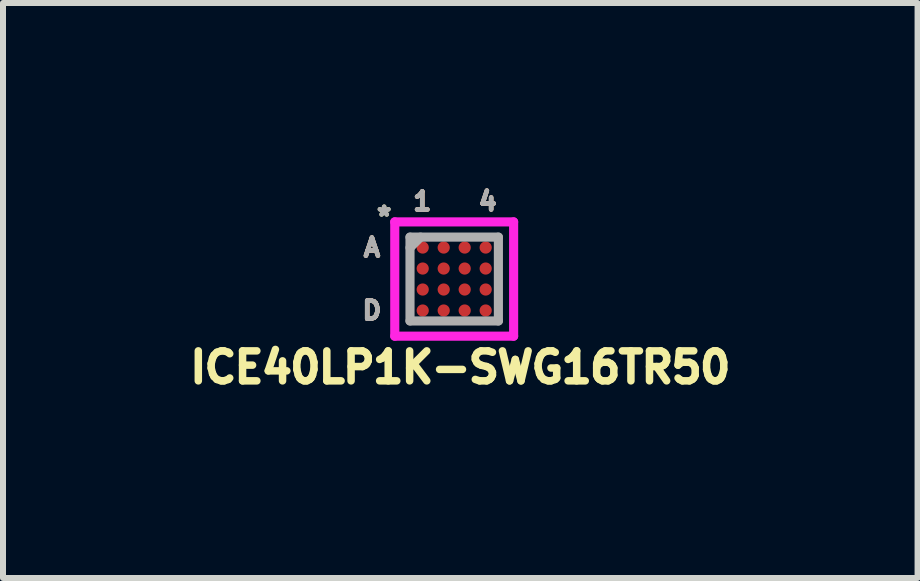
<source format=kicad_pcb>
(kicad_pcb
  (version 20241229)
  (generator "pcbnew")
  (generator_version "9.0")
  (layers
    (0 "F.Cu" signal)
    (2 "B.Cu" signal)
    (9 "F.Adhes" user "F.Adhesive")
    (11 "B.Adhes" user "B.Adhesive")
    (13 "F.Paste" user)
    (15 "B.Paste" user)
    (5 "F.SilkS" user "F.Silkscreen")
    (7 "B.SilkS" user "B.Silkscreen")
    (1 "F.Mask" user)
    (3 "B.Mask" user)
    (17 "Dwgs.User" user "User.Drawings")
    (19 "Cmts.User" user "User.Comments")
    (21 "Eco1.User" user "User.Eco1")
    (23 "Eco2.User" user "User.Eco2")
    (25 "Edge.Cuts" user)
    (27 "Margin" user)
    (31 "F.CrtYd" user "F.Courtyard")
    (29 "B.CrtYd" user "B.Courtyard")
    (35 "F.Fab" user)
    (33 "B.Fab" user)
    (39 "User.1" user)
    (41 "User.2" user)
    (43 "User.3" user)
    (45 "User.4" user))
  (footprint "ICE40LP1K-SWG16TR50"
    (layer "F.Cu")
    (at 4.524 1.603)
    (property "Reference" "ICE40LP1K-SWG16TR50" (at 0.102 1.473 0) (layer "F.SilkS") (effects (font (size 0.5 0.5) (thickness 0.125))))
    (attr through_hole)
    (fp_line (start -0.991 -0.953) (end 0.991 -0.953) (stroke (width 0.152) (type solid)) (layer "F.CrtYd"))
    (fp_line (start -0.991 0.953) (end -0.991 -0.953) (stroke (width 0.152) (type solid)) (layer "F.CrtYd"))
    (fp_line (start 0.991 -0.953) (end 0.991 0.953) (stroke (width 0.152) (type solid)) (layer "F.CrtYd"))
    (fp_line (start 0.991 0.953) (end -0.991 0.953) (stroke (width 0.152) (type solid)) (layer "F.CrtYd"))
    (fp_line (start -0.737 -0.699) (end -0.737 0.699) (stroke (width 0.152) (type solid)) (layer "F.Fab"))
    (fp_line (start -0.737 0.699) (end 0.737 0.699) (stroke (width 0.152) (type solid)) (layer "F.Fab"))
    (fp_line (start -0.562 -0.699) (end -0.737 -0.523) (stroke (width 0.152) (type solid)) (layer "F.Fab"))
    (fp_line (start 0.737 -0.699) (end -0.737 -0.699) (stroke (width 0.152) (type solid)) (layer "F.Fab"))
    (fp_line (start 0.737 0.699) (end 0.737 -0.699) (stroke (width 0.152) (type solid)) (layer "F.Fab"))
    (fp_text user "4" (at 0.559 -1.295 0) (layer "F.SilkS") (effects (font (size 0.3 0.3) (thickness 0.075))))
    (fp_text user "1" (at -0.533 -1.295 0) (layer "F.SilkS") (effects (font (size 0.3 0.3) (thickness 0.075))))
    (fp_text user "D" (at -1.372 0.525 0) (layer "F.SilkS") (effects (font (size 0.3 0.3) (thickness 0.075))))
    (fp_text user "A" (at -1.372 -0.525 0) (layer "F.SilkS") (effects (font (size 0.3 0.3) (thickness 0.075))))
    (fp_text user "*" (at -1.168 -1.041 0) (layer "F.SilkS") (effects (font (size 0.3 0.3) (thickness 0.075))))
    (fp_text user "1" (at -0.533 -1.295 0) (layer "B.SilkS") (effects (font (size 0.3 0.3) (thickness 0.075))))
    (fp_text user "4" (at 0.559 -1.295 0) (layer "B.SilkS") (effects (font (size 0.3 0.3) (thickness 0.075))))
    (fp_text user "D" (at -1.372 0.525 0) (layer "B.SilkS") (effects (font (size 0.3 0.3) (thickness 0.075))))
    (fp_text user "A" (at -1.372 -0.525 0) (layer "B.SilkS") (effects (font (size 0.3 0.3) (thickness 0.075))))
    (fp_text user "D" (at -1.372 0.525 0) (layer "F.Fab") (effects (font (size 0.3 0.3) (thickness 0.075))))
    (fp_text user "*" (at -1.168 -1.041 0) (layer "F.Fab") (effects (font (size 0.3 0.3) (thickness 0.075))))
    (fp_text user "1" (at -0.533 -1.295 0) (layer "F.Fab") (effects (font (size 0.3 0.3) (thickness 0.075))))
    (fp_text user "4" (at 0.559 -1.295 0) (layer "F.Fab") (effects (font (size 0.3 0.3) (thickness 0.075))))
    (fp_text user "A" (at -1.372 -0.525 0) (layer "F.Fab") (effects (font (size 0.3 0.3) (thickness 0.075))))
    (pad "A1" smd circle (at -0.525 -0.525) (size 0.203 0.203) (layers "F.Cu" "F.Mask" "F.Paste"))
    (pad "A2" smd circle (at -0.175 -0.525) (size 0.203 0.203) (layers "F.Cu" "F.Mask" "F.Paste"))
    (pad "A3" smd circle (at 0.175 -0.525) (size 0.203 0.203) (layers "F.Cu" "F.Mask" "F.Paste"))
    (pad "A4" smd circle (at 0.525 -0.525) (size 0.203 0.203) (layers "F.Cu" "F.Mask" "F.Paste"))
    (pad "B1" smd circle (at -0.525 -0.175) (size 0.203 0.203) (layers "F.Cu" "F.Mask" "F.Paste"))
    (pad "B2" smd circle (at -0.175 -0.175) (size 0.203 0.203) (layers "F.Cu" "F.Mask" "F.Paste"))
    (pad "B3" smd circle (at 0.175 -0.175) (size 0.203 0.203) (layers "F.Cu" "F.Mask" "F.Paste"))
    (pad "B4" smd circle (at 0.525 -0.175) (size 0.203 0.203) (layers "F.Cu" "F.Mask" "F.Paste"))
    (pad "C1" smd circle (at -0.525 0.175) (size 0.203 0.203) (layers "F.Cu" "F.Mask" "F.Paste"))
    (pad "C2" smd circle (at -0.175 0.175) (size 0.203 0.203) (layers "F.Cu" "F.Mask" "F.Paste"))
    (pad "C3" smd circle (at 0.175 0.175) (size 0.203 0.203) (layers "F.Cu" "F.Mask" "F.Paste"))
    (pad "C4" smd circle (at 0.525 0.175) (size 0.203 0.203) (layers "F.Cu" "F.Mask" "F.Paste"))
    (pad "D1" smd circle (at -0.525 0.525) (size 0.203 0.203) (layers "F.Cu" "F.Mask" "F.Paste"))
    (pad "D2" smd circle (at -0.175 0.525) (size 0.203 0.203) (layers "F.Cu" "F.Mask" "F.Paste"))
    (pad "D3" smd circle (at 0.175 0.525) (size 0.203 0.203) (layers "F.Cu" "F.Mask" "F.Paste"))
    (pad "D4" smd circle (at 0.525 0.525) (size 0.203 0.203) (layers "F.Cu" "F.Mask" "F.Paste")))
  (gr_rect
    (start -3 -3)
    (end 12.251 6.588)
    (stroke (width 0.1) (type default))
    (fill no)
    (layer "Edge.Cuts")))
</source>
